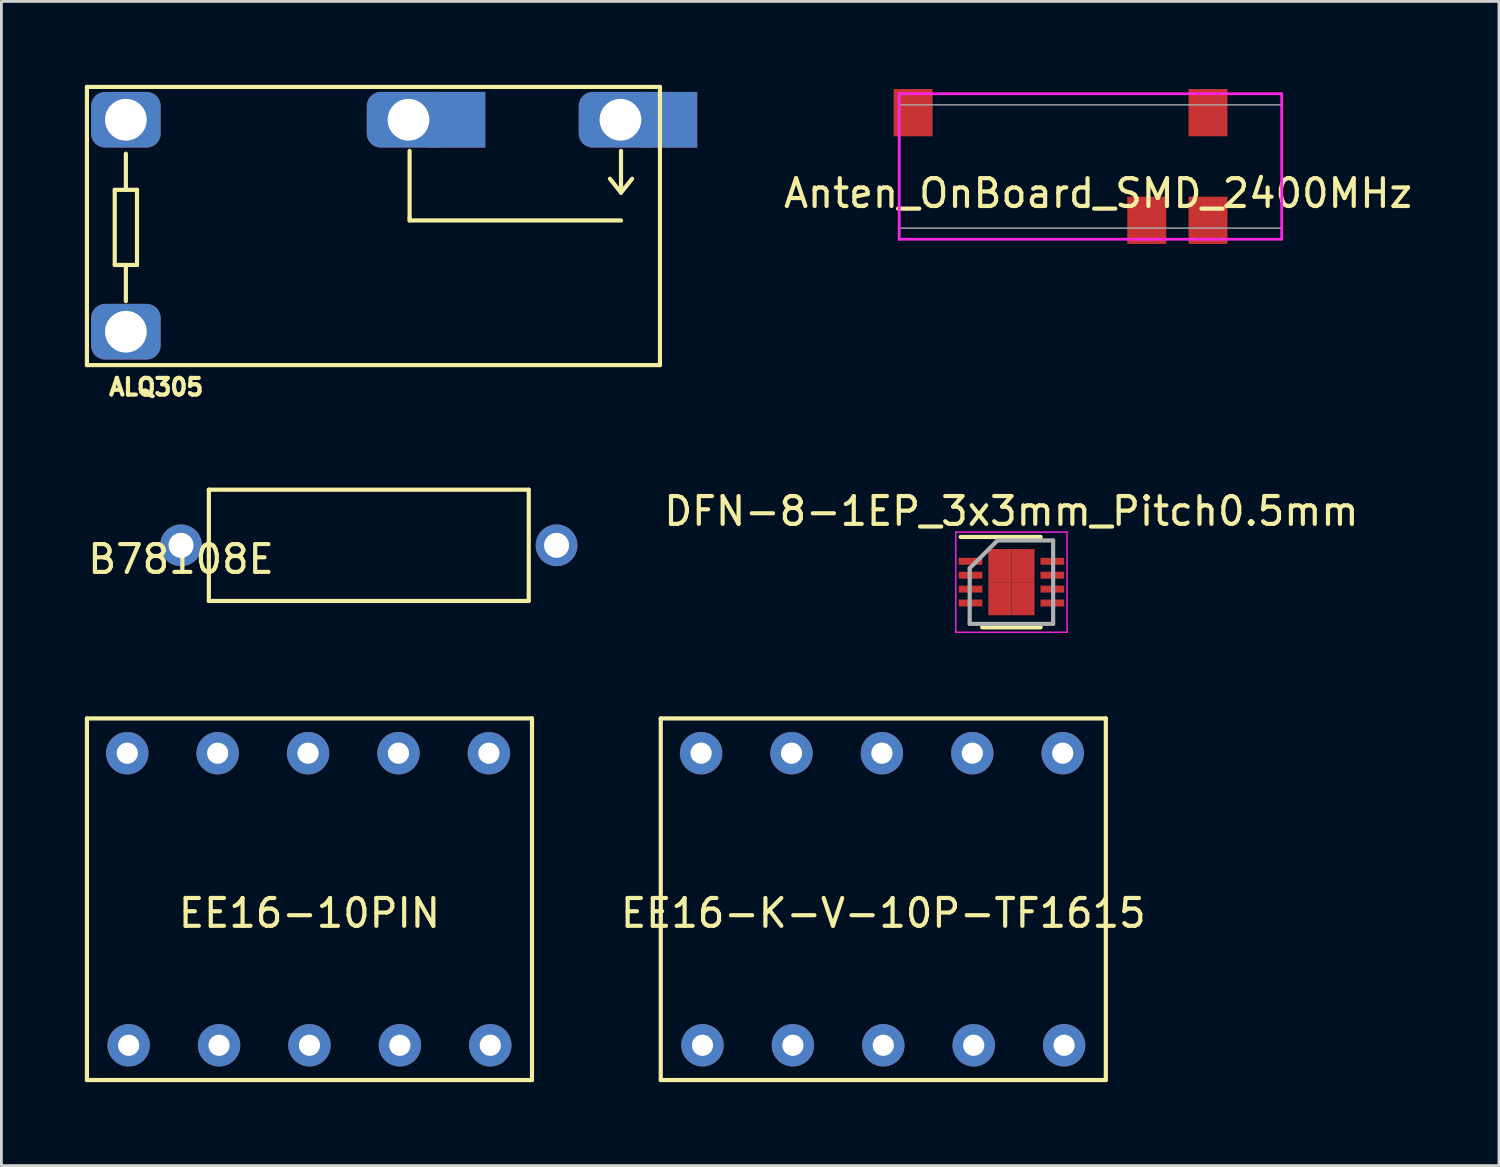
<source format=kicad_pcb>
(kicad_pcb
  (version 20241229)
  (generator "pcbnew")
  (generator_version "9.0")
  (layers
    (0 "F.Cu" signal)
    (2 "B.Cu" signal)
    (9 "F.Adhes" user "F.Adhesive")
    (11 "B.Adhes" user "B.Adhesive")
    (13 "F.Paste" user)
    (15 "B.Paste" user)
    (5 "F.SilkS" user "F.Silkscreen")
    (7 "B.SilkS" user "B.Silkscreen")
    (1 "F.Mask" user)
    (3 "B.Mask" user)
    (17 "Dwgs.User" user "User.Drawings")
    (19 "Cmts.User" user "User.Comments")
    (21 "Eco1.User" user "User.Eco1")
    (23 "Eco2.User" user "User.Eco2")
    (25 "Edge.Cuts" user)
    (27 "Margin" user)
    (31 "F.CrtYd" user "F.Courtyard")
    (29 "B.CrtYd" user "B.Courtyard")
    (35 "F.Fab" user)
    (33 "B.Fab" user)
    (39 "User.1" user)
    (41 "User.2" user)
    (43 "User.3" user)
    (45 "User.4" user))
  (footprint "DFN-8-1EP_3x3mm_Pitch0.5mm"
    (layer "F.Cu")
    (at 33.31 17.878)
    (property "Reference" "DFN-8-1EP_3x3mm_Pitch0.5mm" (at 0 -2.55 0) (layer "F.SilkS") (effects (font (size 1 1) (thickness 0.15))))
    (attr smd)
    (fp_line (start -1.825 -1.625) (end 1.05 -1.625) (stroke (width 0.15) (type solid)) (layer "F.SilkS"))
    (fp_line (start -1.05 1.625) (end 1.05 1.625) (stroke (width 0.15) (type solid)) (layer "F.SilkS"))
    (fp_line (start -2 -1.8) (end -2 1.8) (stroke (width 0.05) (type solid)) (layer "F.CrtYd"))
    (fp_line (start -2 -1.8) (end 2 -1.8) (stroke (width 0.05) (type solid)) (layer "F.CrtYd"))
    (fp_line (start -2 1.8) (end 2 1.8) (stroke (width 0.05) (type solid)) (layer "F.CrtYd"))
    (fp_line (start 2 -1.8) (end 2 1.8) (stroke (width 0.05) (type solid)) (layer "F.CrtYd"))
    (fp_line (start -1.5 -0.5) (end -0.5 -1.5) (stroke (width 0.15) (type solid)) (layer "F.Fab"))
    (fp_line (start -1.5 1.5) (end -1.5 -0.5) (stroke (width 0.15) (type solid)) (layer "F.Fab"))
    (fp_line (start -0.5 -1.5) (end 1.5 -1.5) (stroke (width 0.15) (type solid)) (layer "F.Fab"))
    (fp_line (start 1.5 -1.5) (end 1.5 1.5) (stroke (width 0.15) (type solid)) (layer "F.Fab"))
    (fp_line (start 1.5 1.5) (end -1.5 1.5) (stroke (width 0.15) (type solid)) (layer "F.Fab"))
    (pad "1" smd rect (at -1.47 -0.75) (size 0.85 0.25) (layers "F.Cu" "F.Mask" "F.Paste"))
    (pad "2" smd rect (at -1.47 -0.25) (size 0.85 0.25) (layers "F.Cu" "F.Mask" "F.Paste"))
    (pad "3" smd rect (at -1.47 0.25) (size 0.85 0.25) (layers "F.Cu" "F.Mask" "F.Paste"))
    (pad "4" smd rect (at -1.47 0.75) (size 0.85 0.25) (layers "F.Cu" "F.Mask" "F.Paste"))
    (pad "5" smd rect (at 1.47 0.75) (size 0.85 0.25) (layers "F.Cu" "F.Mask" "F.Paste"))
    (pad "6" smd rect (at 1.47 0.25) (size 0.85 0.25) (layers "F.Cu" "F.Mask" "F.Paste"))
    (pad "7" smd rect (at 1.47 -0.25) (size 0.85 0.25) (layers "F.Cu" "F.Mask" "F.Paste"))
    (pad "8" smd rect (at 1.47 -0.75) (size 0.85 0.25) (layers "F.Cu" "F.Mask" "F.Paste"))
    (pad "9" smd rect (at -0.415 -0.595) (size 0.83 1.19) (layers "F.Cu" "F.Mask" "F.Paste"))
    (pad "9" smd rect (at -0.415 0.595) (size 0.83 1.19) (layers "F.Cu" "F.Mask" "F.Paste"))
    (pad "9" smd rect (at 0.415 -0.595) (size 0.83 1.19) (layers "F.Cu" "F.Mask" "F.Paste"))
    (pad "9" smd rect (at 0.415 0.595) (size 0.83 1.19) (layers "F.Cu" "F.Mask" "F.Paste")))
  (footprint "B78108E"
    (layer "F.Cu")
    (at 3.458 16.554)
    (property "Reference" "B78108E" (at 0 0.5 0) (layer "F.SilkS") (effects (font (size 1 1) (thickness 0.15))))
    (attr through_hole)
    (fp_line (start 1 -2) (end 1 2) (stroke (width 0.15) (type solid)) (layer "F.SilkS"))
    (fp_line (start 1 -2) (end 12.5 -2) (stroke (width 0.15) (type solid)) (layer "F.SilkS"))
    (fp_line (start 1 2) (end 12.5 2) (stroke (width 0.15) (type solid)) (layer "F.SilkS"))
    (fp_line (start 12.5 -2) (end 12.5 2) (stroke (width 0.15) (type solid)) (layer "F.SilkS"))
    (pad "1" thru_hole circle (at 0 0) (size 1.5 1.5) (drill 0.9) (layers "*.Cu" "*.Mask"))
    (pad "2" thru_hole circle (at 13.5 0) (size 1.5 1.5) (drill 0.9) (layers "*.Cu" "*.Mask")))
  (footprint "EE16-K-V-10P-TF1615"
    (layer "F.Cu")
    (at 28.704 29.277)
    (property "Reference" "EE16-K-V-10P-TF1615" (at 0 0.5 0) (layer "F.SilkS") (effects (font (size 1 1) (thickness 0.15))))
    (attr through_hole)
    (fp_line (start -8 -6.5) (end -8 6.5) (stroke (width 0.15) (type solid)) (layer "F.SilkS"))
    (fp_line (start -8 6.5) (end 8 6.5) (stroke (width 0.15) (type solid)) (layer "F.SilkS"))
    (fp_line (start 8 -6.5) (end -8 -6.5) (stroke (width 0.15) (type solid)) (layer "F.SilkS"))
    (fp_line (start 8 6.5) (end 8 -6.5) (stroke (width 0.15) (type solid)) (layer "F.SilkS"))
    (pad "1" thru_hole circle (at -6.5 5.25) (size 1.524 1.524) (drill 0.762) (layers "*.Cu" "*.Mask"))
    (pad "2" thru_hole circle (at -3.25 5.25) (size 1.524 1.524) (drill 0.762) (layers "*.Cu" "*.Mask"))
    (pad "3" thru_hole circle (at 0 5.25) (size 1.524 1.524) (drill 0.762) (layers "*.Cu" "*.Mask"))
    (pad "4" thru_hole circle (at 3.25 5.25) (size 1.524 1.524) (drill 0.762) (layers "*.Cu" "*.Mask"))
    (pad "5" thru_hole circle (at 6.5 5.25) (size 1.524 1.524) (drill 0.762) (layers "*.Cu" "*.Mask"))
    (pad "6" thru_hole circle (at 6.45 -5.25) (size 1.524 1.524) (drill 0.762) (layers "*.Cu" "*.Mask"))
    (pad "7" thru_hole circle (at 3.2 -5.25) (size 1.524 1.524) (drill 0.762) (layers "*.Cu" "*.Mask"))
    (pad "8" thru_hole circle (at -0.05 -5.25) (size 1.524 1.524) (drill 0.762) (layers "*.Cu" "*.Mask"))
    (pad "9" thru_hole circle (at -3.3 -5.25) (size 1.524 1.524) (drill 0.762) (layers "*.Cu" "*.Mask"))
    (pad "10" thru_hole circle (at -6.55 -5.25) (size 1.524 1.524) (drill 0.762) (layers "*.Cu" "*.Mask")))
  (footprint "ALQ305"
    (layer "F.Cu")
    (at 1.475 8.875)
    (property "Reference" "ALQ305" (at 1.09 1.99 0) (layer "F.SilkS") (effects (font (size 0.6 0.6) (thickness 0.15))))
    (attr through_hole)
    (fp_line (start -1.4 -8.8) (end 19.2 -8.8) (stroke (width 0.15) (type solid)) (layer "F.SilkS"))
    (fp_line (start -1.4 1.2) (end -1.4 -8.8) (stroke (width 0.15) (type solid)) (layer "F.SilkS"))
    (fp_line (start -0.4 -5.1) (end 0.4 -5.1) (stroke (width 0.15) (type solid)) (layer "F.SilkS"))
    (fp_line (start -0.4 -2.4) (end -0.4 -5.1) (stroke (width 0.15) (type solid)) (layer "F.SilkS"))
    (fp_line (start 0 -5.1) (end 0 -6.4) (stroke (width 0.15) (type solid)) (layer "F.SilkS"))
    (fp_line (start 0 -2.4) (end 0 -1.1) (stroke (width 0.15) (type solid)) (layer "F.SilkS"))
    (fp_line (start 0.4 -5.1) (end 0.4 -2.4) (stroke (width 0.15) (type solid)) (layer "F.SilkS"))
    (fp_line (start 0.4 -2.4) (end -0.4 -2.4) (stroke (width 0.15) (type solid)) (layer "F.SilkS"))
    (fp_line (start 10.2 -6.5) (end 10.2 -4.1) (stroke (width 0.15) (type solid)) (layer "F.SilkS"))
    (fp_line (start 10.2 -4.1) (end 10.2 -4) (stroke (width 0.15) (type solid)) (layer "F.SilkS"))
    (fp_line (start 10.2 -4) (end 17.8 -4) (stroke (width 0.15) (type solid)) (layer "F.SilkS"))
    (fp_line (start 17.8 -6.5) (end 17.8 -5) (stroke (width 0.15) (type solid)) (layer "F.SilkS"))
    (fp_line (start 17.8 -5) (end 17.4 -5.5) (stroke (width 0.15) (type solid)) (layer "F.SilkS"))
    (fp_line (start 17.8 -5) (end 18.2 -5.5) (stroke (width 0.15) (type solid)) (layer "F.SilkS"))
    (fp_line (start 19.2 -8.8) (end 19.2 1.2) (stroke (width 0.15) (type solid)) (layer "F.SilkS"))
    (fp_line (start 19.2 1.2) (end -1.4 1.2) (stroke (width 0.15) (type solid)) (layer "F.SilkS"))
    (pad "1" thru_hole roundrect (at 0 0 90) (size 2 2.5) (drill 1.5) (layers "*.Cu" "*.Mask") (roundrect_rratio 0.25))
    (pad "2" thru_hole roundrect (at 0 -7.62 90) (size 2 2.5) (drill 1.5) (layers "*.Cu" "*.Mask") (roundrect_rratio 0.25))
    (pad "3" thru_hole roundrect (at 10.16 -7.62 90) (size 2 3) (drill 1.5) (layers "*.Cu" "*.Mask") (roundrect_rratio 0.25))
    (pad "3" smd trapezoid (at 11.92 -7.62 90) (size 2 2) (layers "F.Cu" "F.Mask"))
    (pad "3" smd trapezoid (at 11.92 -7.62 90) (size 2 2) (layers "B.Cu" "B.Mask"))
    (pad "5" thru_hole roundrect (at 17.78 -7.62 90) (size 2 3) (drill 1.5) (layers "*.Cu" "*.Mask") (roundrect_rratio 0.25))
    (pad "5" smd trapezoid (at 19.54 -7.62 90) (size 2 2) (layers "F.Cu" "F.Mask"))
    (pad "5" smd trapezoid (at 19.54 -7.62 90) (size 2 2) (layers "B.Cu" "B.Mask")))
  (footprint "EE16-10PIN"
    (layer "F.Cu")
    (at 8.075 29.277)
    (property "Reference" "EE16-10PIN" (at 0 0.5 0) (layer "F.SilkS") (effects (font (size 1 1) (thickness 0.15))))
    (attr through_hole)
    (fp_line (start -8 -6.5) (end -8 6.5) (stroke (width 0.15) (type solid)) (layer "F.SilkS"))
    (fp_line (start -8 6.5) (end 8 6.5) (stroke (width 0.15) (type solid)) (layer "F.SilkS"))
    (fp_line (start 8 -6.5) (end -8 -6.5) (stroke (width 0.15) (type solid)) (layer "F.SilkS"))
    (fp_line (start 8 6.5) (end 8 -6.5) (stroke (width 0.15) (type solid)) (layer "F.SilkS"))
    (pad "1" thru_hole circle (at -6.5 5.25) (size 1.524 1.524) (drill 0.762) (layers "*.Cu" "*.Mask"))
    (pad "2" thru_hole circle (at -3.25 5.25) (size 1.524 1.524) (drill 0.762) (layers "*.Cu" "*.Mask"))
    (pad "3" thru_hole circle (at 0 5.25) (size 1.524 1.524) (drill 0.762) (layers "*.Cu" "*.Mask"))
    (pad "4" thru_hole circle (at 3.25 5.25) (size 1.524 1.524) (drill 0.762) (layers "*.Cu" "*.Mask"))
    (pad "5" thru_hole circle (at 6.5 5.25) (size 1.524 1.524) (drill 0.762) (layers "*.Cu" "*.Mask"))
    (pad "6" thru_hole circle (at 6.45 -5.25) (size 1.524 1.524) (drill 0.762) (layers "*.Cu" "*.Mask"))
    (pad "7" thru_hole circle (at 3.2 -5.25) (size 1.524 1.524) (drill 0.762) (layers "*.Cu" "*.Mask"))
    (pad "8" thru_hole circle (at -0.05 -5.25) (size 1.524 1.524) (drill 0.762) (layers "*.Cu" "*.Mask"))
    (pad "9" thru_hole circle (at -3.3 -5.25) (size 1.524 1.524) (drill 0.762) (layers "*.Cu" "*.Mask"))
    (pad "10" thru_hole circle (at -6.55 -5.25) (size 1.524 1.524) (drill 0.762) (layers "*.Cu" "*.Mask")))
  (footprint "Anten_OnBoard_SMD_2400MHz"
    (layer "F.Cu")
    (at 29.276 0.25)
    (property "Reference" "Anten_OnBoard_SMD_2400MHz" (at 7.15 3.65 0) (layer "F.SilkS") (effects (font (size 1 1) (thickness 0.15))))
    (attr through_hole)
    (fp_line (start 0 0.07) (end 0 5.3) (stroke (width 0.1) (type solid)) (layer "F.CrtYd"))
    (fp_line (start 0 5.3) (end 13.75 5.3) (stroke (width 0.1) (type solid)) (layer "F.CrtYd"))
    (fp_line (start 13.75 0.07) (end 0 0.07) (stroke (width 0.1) (type solid)) (layer "F.CrtYd"))
    (fp_line (start 13.75 5.3) (end 13.75 0.07) (stroke (width 0.1) (type solid)) (layer "F.CrtYd"))
    (fp_line (start 13.75 0.47) (end 0 0.47) (stroke (width 0.05) (type solid)) (layer "F.Fab"))
    (fp_line (start 13.75 4.9) (end 0 4.9) (stroke (width 0.05) (type solid)) (layer "F.Fab"))
    (pad "1" smd trapezoid (at 11.1 4.62) (size 1.4 1.7) (layers "F.Cu" "F.Mask" "F.Paste"))
    (pad "2" smd trapezoid (at 8.9 4.62) (size 1.4 1.7) (layers "F.Cu" "F.Mask" "F.Paste"))
    (pad "3" smd trapezoid (at 11.1 0.75) (size 1.4 1.7) (layers "F.Cu" "F.Mask" "F.Paste"))
    (pad "4" smd trapezoid (at 0.5 0.75) (size 1.4 1.7) (layers "F.Cu" "F.Mask" "F.Paste")))
  (gr_rect
    (start -3 -3)
    (end 50.836 38.852)
    (stroke (width 0.1) (type default))
    (fill no)
    (layer "Edge.Cuts")))
</source>
